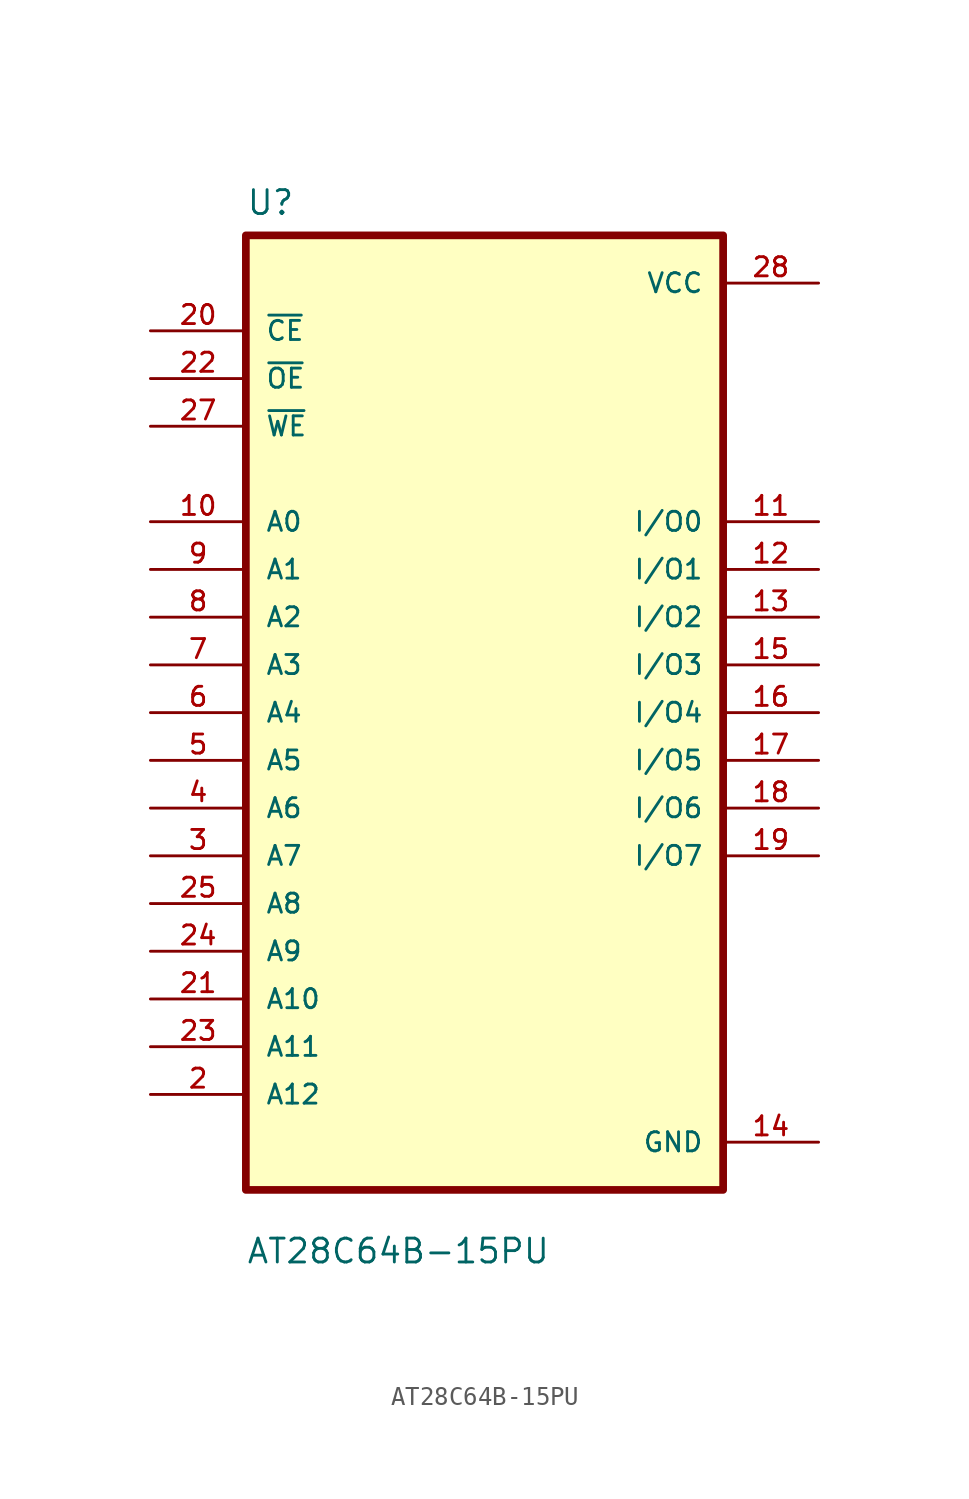
<source format=kicad_sym>
(kicad_symbol_lib
  (version 20211014)
  (generator kicad_symbol_editor)
  (symbol "AT28C64B-15PU"
    (pin_names
      (offset 1.016))
    (property "Reference" "U"
      (at -12.7 26.4 0.0)
      (effects (font (size 1.27 1.27)) (justify bottom left)))
    (property "Value" "AT28C64B-15PU"
      (at -12.7 -29.4 0.0)
      (effects (font (size 1.27 1.27)) (justify bottom left)))
    (symbol "AT28C64B-15PU_0_0"
      (rectangle (start -12.7 -25.4) (end 12.7 25.4) (stroke (width 0.41)) (fill (type background)))
      (pin input line (at -17.78 20.32 0) (length 5.08) (name "~{CE}" (effects (font (size 1.016 1.016)))) (number "20" (effects (font (size 1.016 1.016)))))
      (pin input line (at -17.78 15.24 0) (length 5.08) (name "~{WE}" (effects (font (size 1.016 1.016)))) (number "27" (effects (font (size 1.016 1.016)))))
      (pin input line (at -17.78 10.16 0) (length 5.08) (name "A0" (effects (font (size 1.016 1.016)))) (number "10" (effects (font (size 1.016 1.016)))))
      (pin input line (at -17.78 7.62 0) (length 5.08) (name "A1" (effects (font (size 1.016 1.016)))) (number "9" (effects (font (size 1.016 1.016)))))
      (pin input line (at -17.78 5.08 0) (length 5.08) (name "A2" (effects (font (size 1.016 1.016)))) (number "8" (effects (font (size 1.016 1.016)))))
      (pin input line (at -17.78 2.54 0) (length 5.08) (name "A3" (effects (font (size 1.016 1.016)))) (number "7" (effects (font (size 1.016 1.016)))))
      (pin input line (at -17.78 0.0 0) (length 5.08) (name "A4" (effects (font (size 1.016 1.016)))) (number "6" (effects (font (size 1.016 1.016)))))
      (pin input line (at -17.78 -2.54 0) (length 5.08) (name "A5" (effects (font (size 1.016 1.016)))) (number "5" (effects (font (size 1.016 1.016)))))
      (pin input line (at -17.78 -5.08 0) (length 5.08) (name "A6" (effects (font (size 1.016 1.016)))) (number "4" (effects (font (size 1.016 1.016)))))
      (pin input line (at -17.78 -7.62 0) (length 5.08) (name "A7" (effects (font (size 1.016 1.016)))) (number "3" (effects (font (size 1.016 1.016)))))
      (pin input line (at -17.78 -10.16 0) (length 5.08) (name "A8" (effects (font (size 1.016 1.016)))) (number "25" (effects (font (size 1.016 1.016)))))
      (pin input line (at -17.78 -12.7 0) (length 5.08) (name "A9" (effects (font (size 1.016 1.016)))) (number "24" (effects (font (size 1.016 1.016)))))
      (pin input line (at -17.78 -15.24 0) (length 5.08) (name "A10" (effects (font (size 1.016 1.016)))) (number "21" (effects (font (size 1.016 1.016)))))
      (pin input line (at -17.78 -17.78 0) (length 5.08) (name "A11" (effects (font (size 1.016 1.016)))) (number "23" (effects (font (size 1.016 1.016)))))
      (pin input line (at -17.78 -20.32 0) (length 5.08) (name "A12" (effects (font (size 1.016 1.016)))) (number "2" (effects (font (size 1.016 1.016)))))
      (pin power_in line (at 17.78 22.86 180.0) (length 5.08) (name "VCC" (effects (font (size 1.016 1.016)))) (number "28" (effects (font (size 1.016 1.016)))))
      (pin input line (at -17.78 17.78 0) (length 5.08) (name "~{OE}" (effects (font (size 1.016 1.016)))) (number "22" (effects (font (size 1.016 1.016)))))
      (pin bidirectional line (at 17.78 10.16 180.0) (length 5.08) (name "I/O0" (effects (font (size 1.016 1.016)))) (number "11" (effects (font (size 1.016 1.016)))))
      (pin bidirectional line (at 17.78 7.62 180.0) (length 5.08) (name "I/O1" (effects (font (size 1.016 1.016)))) (number "12" (effects (font (size 1.016 1.016)))))
      (pin bidirectional line (at 17.78 5.08 180.0) (length 5.08) (name "I/O2" (effects (font (size 1.016 1.016)))) (number "13" (effects (font (size 1.016 1.016)))))
      (pin bidirectional line (at 17.78 2.54 180.0) (length 5.08) (name "I/O3" (effects (font (size 1.016 1.016)))) (number "15" (effects (font (size 1.016 1.016)))))
      (pin bidirectional line (at 17.78 0.0 180.0) (length 5.08) (name "I/O4" (effects (font (size 1.016 1.016)))) (number "16" (effects (font (size 1.016 1.016)))))
      (pin bidirectional line (at 17.78 -2.54 180.0) (length 5.08) (name "I/O5" (effects (font (size 1.016 1.016)))) (number "17" (effects (font (size 1.016 1.016)))))
      (pin bidirectional line (at 17.78 -5.08 180.0) (length 5.08) (name "I/O6" (effects (font (size 1.016 1.016)))) (number "18" (effects (font (size 1.016 1.016)))))
      (pin bidirectional line (at 17.78 -7.62 180.0) (length 5.08) (name "I/O7" (effects (font (size 1.016 1.016)))) (number "19" (effects (font (size 1.016 1.016)))))
      (pin power_in line (at 17.78 -22.86 180.0) (length 5.08) (name "GND" (effects (font (size 1.016 1.016)))) (number "14" (effects (font (size 1.016 1.016))))))))
</source>
